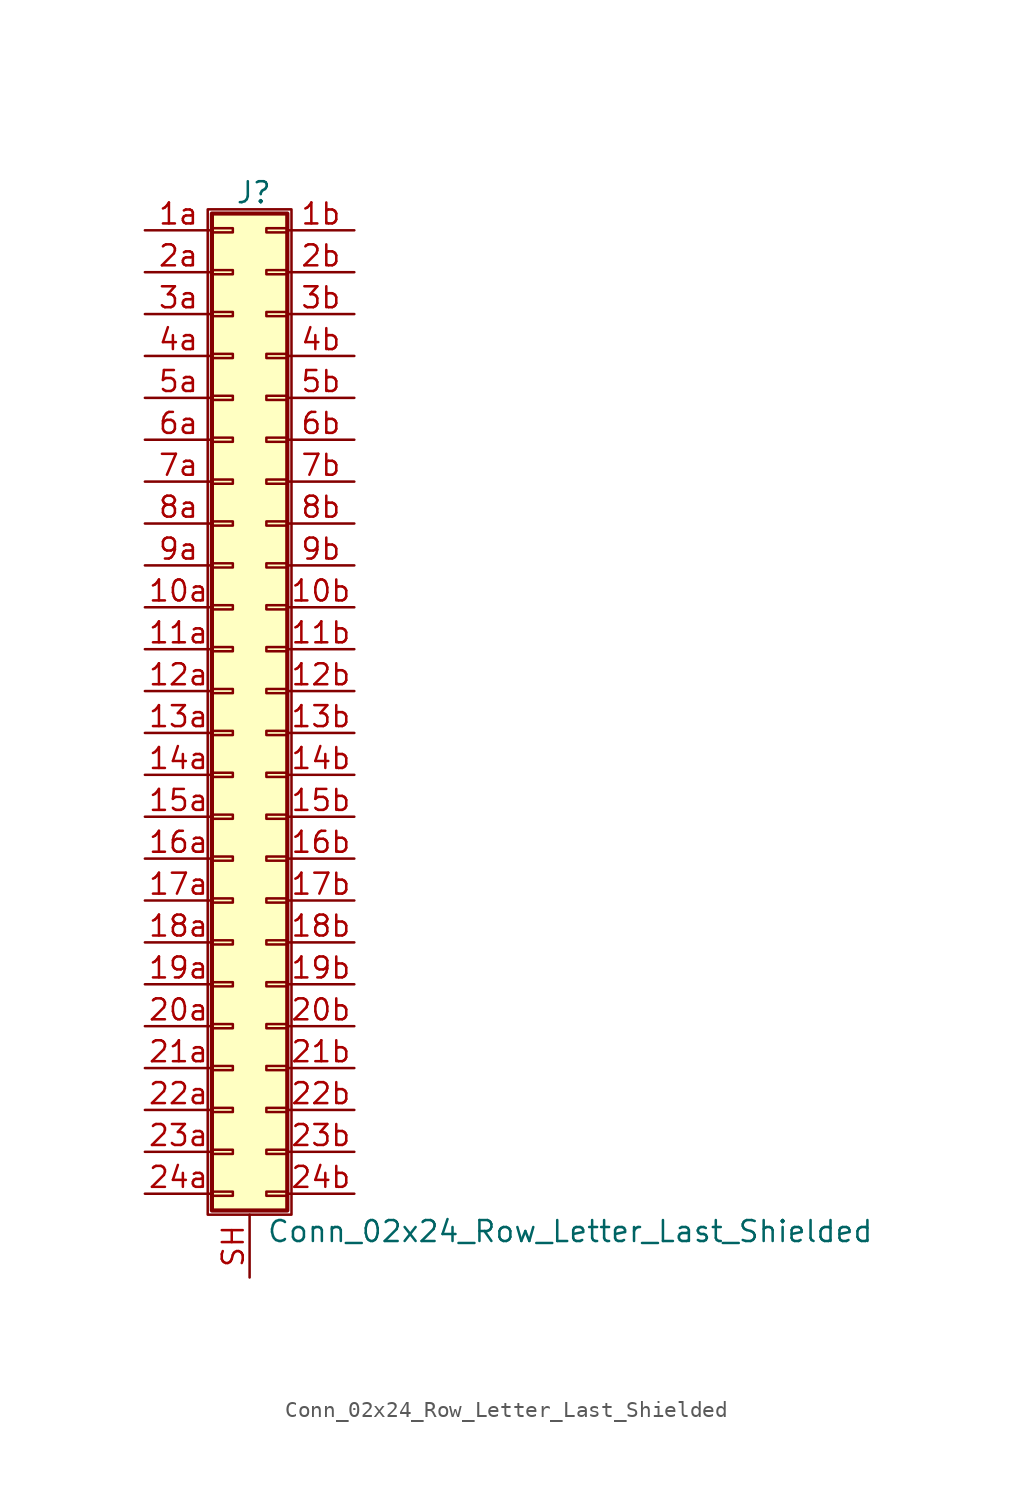
<source format=kicad_sym>
(kicad_symbol_lib
  (version 20201005)
  (generator kicad_symbol_editor)
  (symbol "Connector_Generic_Shielded:Conn_02x24_Row_Letter_Last_Shielded"
    (pin_names
      (offset 1.016) hide)
    (property "Reference" "J"
      (at 1.524 30.226 0)
      (effects (font (size 1.27 1.27))))
    (property "Value" "Conn_02x24_Row_Letter_Last_Shielded"
      (at 2.286 -32.766 0)
      (effects (font (size 1.27 1.27)) (justify left)))
    (symbol "Conn_02x24_Row_Letter_Last_Shielded_1_1"
      (rectangle (start -1.016 -27.813) (end 0.254 -28.067) (stroke (width 0.152)) (fill (type none)))
      (rectangle (start -1.016 -30.353) (end 0.254 -30.607) (stroke (width 0.152)) (fill (type none)))
      (rectangle (start -1.016 -4.953) (end 0.254 -5.207) (stroke (width 0.152)) (fill (type none)))
      (rectangle (start -1.016 -7.493) (end 0.254 -7.747) (stroke (width 0.152)) (fill (type none)))
      (rectangle (start -1.016 -10.033) (end 0.254 -10.287) (stroke (width 0.152)) (fill (type none)))
      (rectangle (start -1.016 -12.573) (end 0.254 -12.827) (stroke (width 0.152)) (fill (type none)))
      (rectangle (start -1.016 -15.113) (end 0.254 -15.367) (stroke (width 0.152)) (fill (type none)))
      (rectangle (start -1.016 -17.653) (end 0.254 -17.907) (stroke (width 0.152)) (fill (type none)))
      (rectangle (start -1.016 -20.193) (end 0.254 -20.447) (stroke (width 0.152)) (fill (type none)))
      (rectangle (start -1.016 -22.733) (end 0.254 -22.987) (stroke (width 0.152)) (fill (type none)))
      (rectangle (start -1.016 -2.413) (end 0.254 -2.667) (stroke (width 0.152)) (fill (type none)))
      (rectangle (start -1.016 -25.273) (end 0.254 -25.527) (stroke (width 0.152)) (fill (type none)))
      (rectangle (start -1.016 25.527) (end 0.254 25.273) (stroke (width 0.152)) (fill (type none)))
      (rectangle (start -1.016 2.667) (end 0.254 2.413) (stroke (width 0.152)) (fill (type none)))
      (rectangle (start -1.016 28.067) (end 0.254 27.813) (stroke (width 0.152)) (fill (type none)))
      (rectangle (start -1.016 28.956) (end 3.556 -31.496) (stroke (width 0.254)) (fill (type background)))
      (rectangle (start -1.016 5.207) (end 0.254 4.953) (stroke (width 0.152)) (fill (type none)))
      (rectangle (start -1.016 7.747) (end 0.254 7.493) (stroke (width 0.152)) (fill (type none)))
      (rectangle (start -1.016 10.287) (end 0.254 10.033) (stroke (width 0.152)) (fill (type none)))
      (rectangle (start -1.016 0.127) (end 0.254 -0.127) (stroke (width 0.152)) (fill (type none)))
      (rectangle (start -1.016 12.827) (end 0.254 12.573) (stroke (width 0.152)) (fill (type none)))
      (rectangle (start -1.016 15.367) (end 0.254 15.113) (stroke (width 0.152)) (fill (type none)))
      (rectangle (start -1.016 17.907) (end 0.254 17.653) (stroke (width 0.152)) (fill (type none)))
      (rectangle (start -1.016 20.447) (end 0.254 20.193) (stroke (width 0.152)) (fill (type none)))
      (rectangle (start -1.016 22.987) (end 0.254 22.733) (stroke (width 0.152)) (fill (type none)))
      (rectangle (start -1.27 29.21) (end 3.81 -31.75) (stroke (width 0.152)) (fill (type none)))
      (rectangle (start 3.556 -27.813) (end 2.286 -28.067) (stroke (width 0.152)) (fill (type none)))
      (rectangle (start 3.556 -30.353) (end 2.286 -30.607) (stroke (width 0.152)) (fill (type none)))
      (rectangle (start 3.556 -4.953) (end 2.286 -5.207) (stroke (width 0.152)) (fill (type none)))
      (rectangle (start 3.556 -7.493) (end 2.286 -7.747) (stroke (width 0.152)) (fill (type none)))
      (rectangle (start 3.556 -10.033) (end 2.286 -10.287) (stroke (width 0.152)) (fill (type none)))
      (rectangle (start 3.556 -12.573) (end 2.286 -12.827) (stroke (width 0.152)) (fill (type none)))
      (rectangle (start 3.556 -15.113) (end 2.286 -15.367) (stroke (width 0.152)) (fill (type none)))
      (rectangle (start 3.556 -17.653) (end 2.286 -17.907) (stroke (width 0.152)) (fill (type none)))
      (rectangle (start 3.556 -20.193) (end 2.286 -20.447) (stroke (width 0.152)) (fill (type none)))
      (rectangle (start 3.556 -22.733) (end 2.286 -22.987) (stroke (width 0.152)) (fill (type none)))
      (rectangle (start 3.556 -2.413) (end 2.286 -2.667) (stroke (width 0.152)) (fill (type none)))
      (rectangle (start 3.556 -25.273) (end 2.286 -25.527) (stroke (width 0.152)) (fill (type none)))
      (rectangle (start 3.556 25.527) (end 2.286 25.273) (stroke (width 0.152)) (fill (type none)))
      (rectangle (start 3.556 2.667) (end 2.286 2.413) (stroke (width 0.152)) (fill (type none)))
      (rectangle (start 3.556 28.067) (end 2.286 27.813) (stroke (width 0.152)) (fill (type none)))
      (rectangle (start 3.556 5.207) (end 2.286 4.953) (stroke (width 0.152)) (fill (type none)))
      (rectangle (start 3.556 7.747) (end 2.286 7.493) (stroke (width 0.152)) (fill (type none)))
      (rectangle (start 3.556 10.287) (end 2.286 10.033) (stroke (width 0.152)) (fill (type none)))
      (rectangle (start 3.556 0.127) (end 2.286 -0.127) (stroke (width 0.152)) (fill (type none)))
      (rectangle (start 3.556 12.827) (end 2.286 12.573) (stroke (width 0.152)) (fill (type none)))
      (rectangle (start 3.556 15.367) (end 2.286 15.113) (stroke (width 0.152)) (fill (type none)))
      (rectangle (start 3.556 17.907) (end 2.286 17.653) (stroke (width 0.152)) (fill (type none)))
      (rectangle (start 3.556 20.447) (end 2.286 20.193) (stroke (width 0.152)) (fill (type none)))
      (rectangle (start 3.556 22.987) (end 2.286 22.733) (stroke (width 0.152)) (fill (type none)))
      (pin passive line (at -5.08 5.08 0) (length 4.064) (name "Pin_10a" (effects (font (size 1.27 1.27)))) (number "10a" (effects (font (size 1.27 1.27)))))
      (pin passive line (at 7.62 5.08 180) (length 4.064) (name "Pin_10b" (effects (font (size 1.27 1.27)))) (number "10b" (effects (font (size 1.27 1.27)))))
      (pin passive line (at -5.08 2.54 0) (length 4.064) (name "Pin_11a" (effects (font (size 1.27 1.27)))) (number "11a" (effects (font (size 1.27 1.27)))))
      (pin passive line (at 7.62 2.54 180) (length 4.064) (name "Pin_11b" (effects (font (size 1.27 1.27)))) (number "11b" (effects (font (size 1.27 1.27)))))
      (pin passive line (at -5.08 0 0) (length 4.064) (name "Pin_12a" (effects (font (size 1.27 1.27)))) (number "12a" (effects (font (size 1.27 1.27)))))
      (pin passive line (at 7.62 0 180) (length 4.064) (name "Pin_12b" (effects (font (size 1.27 1.27)))) (number "12b" (effects (font (size 1.27 1.27)))))
      (pin passive line (at -5.08 -2.54 0) (length 4.064) (name "Pin_13a" (effects (font (size 1.27 1.27)))) (number "13a" (effects (font (size 1.27 1.27)))))
      (pin passive line (at 7.62 -2.54 180) (length 4.064) (name "Pin_13b" (effects (font (size 1.27 1.27)))) (number "13b" (effects (font (size 1.27 1.27)))))
      (pin passive line (at -5.08 -5.08 0) (length 4.064) (name "Pin_14a" (effects (font (size 1.27 1.27)))) (number "14a" (effects (font (size 1.27 1.27)))))
      (pin passive line (at 7.62 -5.08 180) (length 4.064) (name "Pin_14b" (effects (font (size 1.27 1.27)))) (number "14b" (effects (font (size 1.27 1.27)))))
      (pin passive line (at -5.08 -7.62 0) (length 4.064) (name "Pin_15a" (effects (font (size 1.27 1.27)))) (number "15a" (effects (font (size 1.27 1.27)))))
      (pin passive line (at 7.62 -7.62 180) (length 4.064) (name "Pin_15b" (effects (font (size 1.27 1.27)))) (number "15b" (effects (font (size 1.27 1.27)))))
      (pin passive line (at -5.08 -10.16 0) (length 4.064) (name "Pin_16a" (effects (font (size 1.27 1.27)))) (number "16a" (effects (font (size 1.27 1.27)))))
      (pin passive line (at 7.62 -10.16 180) (length 4.064) (name "Pin_16b" (effects (font (size 1.27 1.27)))) (number "16b" (effects (font (size 1.27 1.27)))))
      (pin passive line (at -5.08 -12.7 0) (length 4.064) (name "Pin_17a" (effects (font (size 1.27 1.27)))) (number "17a" (effects (font (size 1.27 1.27)))))
      (pin passive line (at 7.62 -12.7 180) (length 4.064) (name "Pin_17b" (effects (font (size 1.27 1.27)))) (number "17b" (effects (font (size 1.27 1.27)))))
      (pin passive line (at -5.08 -15.24 0) (length 4.064) (name "Pin_18a" (effects (font (size 1.27 1.27)))) (number "18a" (effects (font (size 1.27 1.27)))))
      (pin passive line (at 7.62 -15.24 180) (length 4.064) (name "Pin_18b" (effects (font (size 1.27 1.27)))) (number "18b" (effects (font (size 1.27 1.27)))))
      (pin passive line (at -5.08 -17.78 0) (length 4.064) (name "Pin_19a" (effects (font (size 1.27 1.27)))) (number "19a" (effects (font (size 1.27 1.27)))))
      (pin passive line (at 7.62 -17.78 180) (length 4.064) (name "Pin_19b" (effects (font (size 1.27 1.27)))) (number "19b" (effects (font (size 1.27 1.27)))))
      (pin passive line (at -5.08 27.94 0) (length 4.064) (name "Pin_1a" (effects (font (size 1.27 1.27)))) (number "1a" (effects (font (size 1.27 1.27)))))
      (pin passive line (at 7.62 27.94 180) (length 4.064) (name "Pin_1b" (effects (font (size 1.27 1.27)))) (number "1b" (effects (font (size 1.27 1.27)))))
      (pin passive line (at -5.08 -20.32 0) (length 4.064) (name "Pin_20a" (effects (font (size 1.27 1.27)))) (number "20a" (effects (font (size 1.27 1.27)))))
      (pin passive line (at 7.62 -20.32 180) (length 4.064) (name "Pin_20b" (effects (font (size 1.27 1.27)))) (number "20b" (effects (font (size 1.27 1.27)))))
      (pin passive line (at -5.08 -22.86 0) (length 4.064) (name "Pin_21a" (effects (font (size 1.27 1.27)))) (number "21a" (effects (font (size 1.27 1.27)))))
      (pin passive line (at 7.62 -22.86 180) (length 4.064) (name "Pin_21b" (effects (font (size 1.27 1.27)))) (number "21b" (effects (font (size 1.27 1.27)))))
      (pin passive line (at -5.08 -25.4 0) (length 4.064) (name "Pin_22a" (effects (font (size 1.27 1.27)))) (number "22a" (effects (font (size 1.27 1.27)))))
      (pin passive line (at 7.62 -25.4 180) (length 4.064) (name "Pin_22b" (effects (font (size 1.27 1.27)))) (number "22b" (effects (font (size 1.27 1.27)))))
      (pin passive line (at -5.08 -27.94 0) (length 4.064) (name "Pin_23a" (effects (font (size 1.27 1.27)))) (number "23a" (effects (font (size 1.27 1.27)))))
      (pin passive line (at 7.62 -27.94 180) (length 4.064) (name "Pin_23b" (effects (font (size 1.27 1.27)))) (number "23b" (effects (font (size 1.27 1.27)))))
      (pin passive line (at -5.08 -30.48 0) (length 4.064) (name "Pin_24a" (effects (font (size 1.27 1.27)))) (number "24a" (effects (font (size 1.27 1.27)))))
      (pin passive line (at 7.62 -30.48 180) (length 4.064) (name "Pin_24b" (effects (font (size 1.27 1.27)))) (number "24b" (effects (font (size 1.27 1.27)))))
      (pin passive line (at -5.08 25.4 0) (length 4.064) (name "Pin_2a" (effects (font (size 1.27 1.27)))) (number "2a" (effects (font (size 1.27 1.27)))))
      (pin passive line (at 7.62 25.4 180) (length 4.064) (name "Pin_2b" (effects (font (size 1.27 1.27)))) (number "2b" (effects (font (size 1.27 1.27)))))
      (pin passive line (at -5.08 22.86 0) (length 4.064) (name "Pin_3a" (effects (font (size 1.27 1.27)))) (number "3a" (effects (font (size 1.27 1.27)))))
      (pin passive line (at 7.62 22.86 180) (length 4.064) (name "Pin_3b" (effects (font (size 1.27 1.27)))) (number "3b" (effects (font (size 1.27 1.27)))))
      (pin passive line (at -5.08 20.32 0) (length 4.064) (name "Pin_4a" (effects (font (size 1.27 1.27)))) (number "4a" (effects (font (size 1.27 1.27)))))
      (pin passive line (at 7.62 20.32 180) (length 4.064) (name "Pin_4b" (effects (font (size 1.27 1.27)))) (number "4b" (effects (font (size 1.27 1.27)))))
      (pin passive line (at -5.08 17.78 0) (length 4.064) (name "Pin_5a" (effects (font (size 1.27 1.27)))) (number "5a" (effects (font (size 1.27 1.27)))))
      (pin passive line (at 7.62 17.78 180) (length 4.064) (name "Pin_5b" (effects (font (size 1.27 1.27)))) (number "5b" (effects (font (size 1.27 1.27)))))
      (pin passive line (at -5.08 15.24 0) (length 4.064) (name "Pin_6a" (effects (font (size 1.27 1.27)))) (number "6a" (effects (font (size 1.27 1.27)))))
      (pin passive line (at 7.62 15.24 180) (length 4.064) (name "Pin_6b" (effects (font (size 1.27 1.27)))) (number "6b" (effects (font (size 1.27 1.27)))))
      (pin passive line (at -5.08 12.7 0) (length 4.064) (name "Pin_7a" (effects (font (size 1.27 1.27)))) (number "7a" (effects (font (size 1.27 1.27)))))
      (pin passive line (at 7.62 12.7 180) (length 4.064) (name "Pin_7b" (effects (font (size 1.27 1.27)))) (number "7b" (effects (font (size 1.27 1.27)))))
      (pin passive line (at -5.08 10.16 0) (length 4.064) (name "Pin_8a" (effects (font (size 1.27 1.27)))) (number "8a" (effects (font (size 1.27 1.27)))))
      (pin passive line (at 7.62 10.16 180) (length 4.064) (name "Pin_8b" (effects (font (size 1.27 1.27)))) (number "8b" (effects (font (size 1.27 1.27)))))
      (pin passive line (at -5.08 7.62 0) (length 4.064) (name "Pin_9a" (effects (font (size 1.27 1.27)))) (number "9a" (effects (font (size 1.27 1.27)))))
      (pin passive line (at 7.62 7.62 180) (length 4.064) (name "Pin_9b" (effects (font (size 1.27 1.27)))) (number "9b" (effects (font (size 1.27 1.27)))))
      (pin passive line (at 1.27 -35.56 90) (length 3.81) (name "Shield" (effects (font (size 1.27 1.27)))) (number "SH" (effects (font (size 1.27 1.27))))))))
</source>
